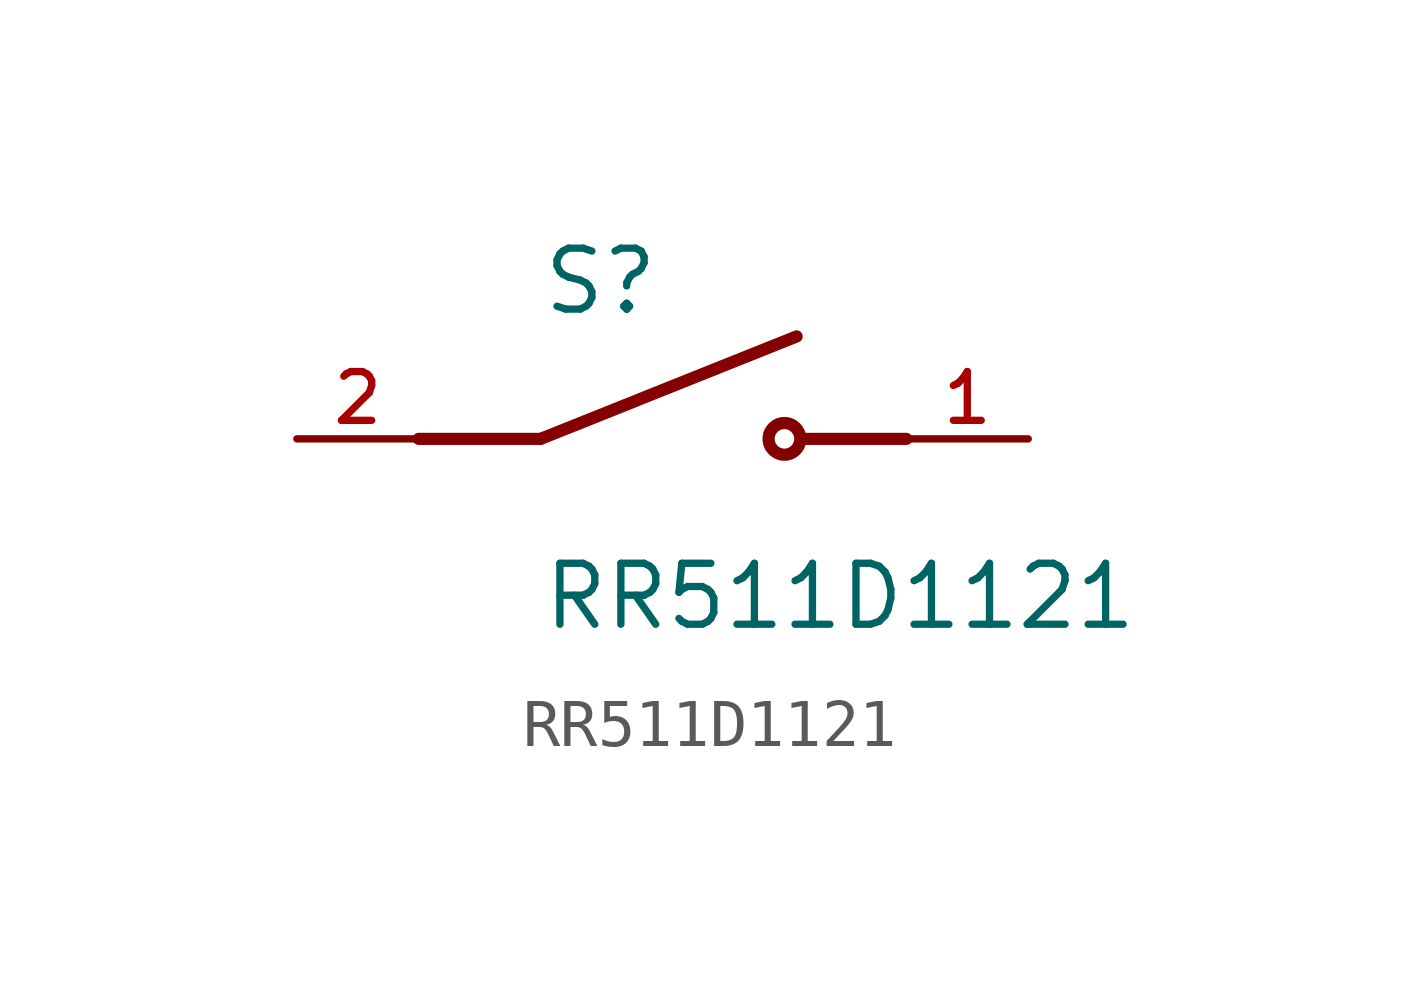
<source format=kicad_sym>
(kicad_symbol_lib
  (version 20211014)
  (generator kicad_symbol_editor)
  (symbol "RR511D1121"
    (pin_names
      (offset 1.016))
    (property "Reference" "S"
      (at -2.54 2.54 0)
      (effects (font (size 1.27 1.27)) (justify bottom left)))
    (property "Value" "RR511D1121"
      (at -2.54 -2.54 0)
      (effects (font (size 1.27 1.27)) (justify top left)))
    (symbol "RR511D1121_0_0"
      (polyline (pts (xy -2.54 0.0) (xy 2.794 2.134)) (stroke (width 0.254)))
      (circle (center 2.54 0.0) (radius 0.33) (stroke (width 0.254)) (fill (type none)))
      (polyline (pts (xy 5.08 0.0) (xy 2.921 0.0)) (stroke (width 0.254)))
      (polyline (pts (xy -2.54 0.0) (xy -5.08 0.0)) (stroke (width 0.254)))
      (pin passive line (at -7.62 0.0 0) (length 2.54) (name "~" (effects (font (size 1.016 1.016)))) (number "2" (effects (font (size 1.016 1.016)))))
      (pin passive line (at 7.62 0.0 180.0) (length 2.54) (name "~" (effects (font (size 1.016 1.016)))) (number "1" (effects (font (size 1.016 1.016))))))))
</source>
